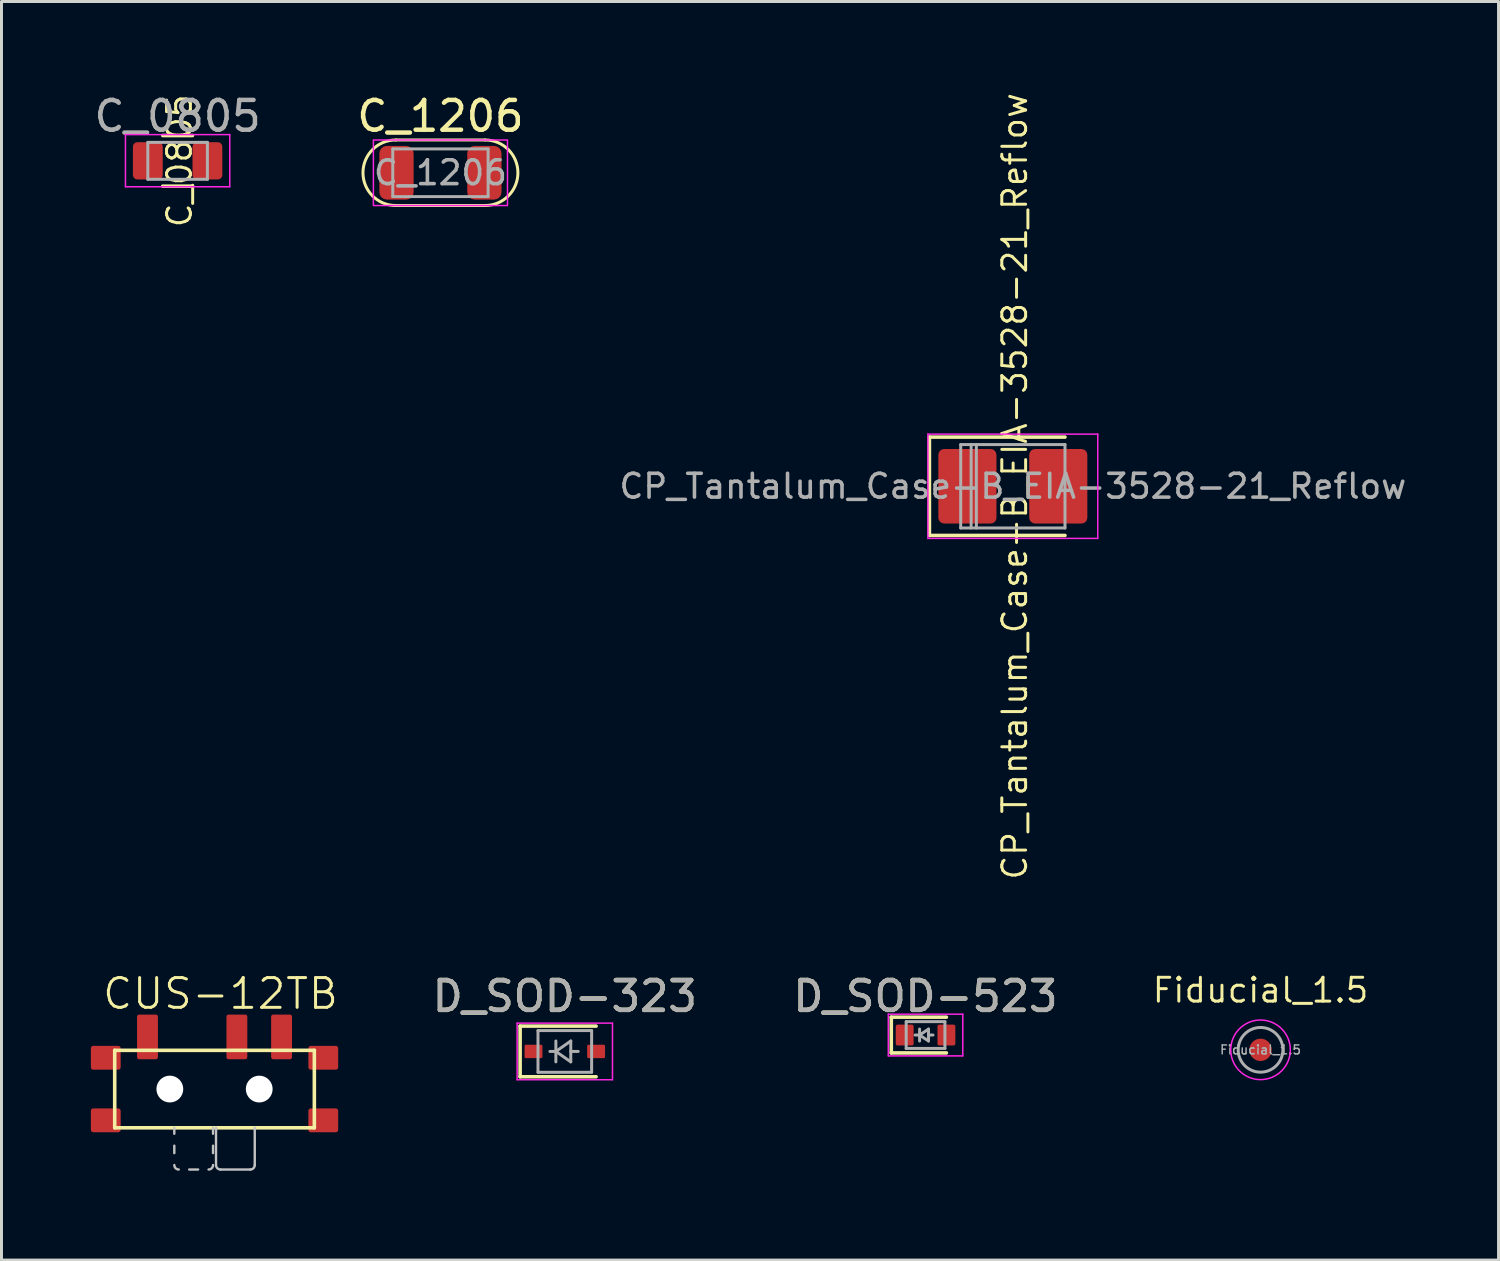
<source format=kicad_pcb>
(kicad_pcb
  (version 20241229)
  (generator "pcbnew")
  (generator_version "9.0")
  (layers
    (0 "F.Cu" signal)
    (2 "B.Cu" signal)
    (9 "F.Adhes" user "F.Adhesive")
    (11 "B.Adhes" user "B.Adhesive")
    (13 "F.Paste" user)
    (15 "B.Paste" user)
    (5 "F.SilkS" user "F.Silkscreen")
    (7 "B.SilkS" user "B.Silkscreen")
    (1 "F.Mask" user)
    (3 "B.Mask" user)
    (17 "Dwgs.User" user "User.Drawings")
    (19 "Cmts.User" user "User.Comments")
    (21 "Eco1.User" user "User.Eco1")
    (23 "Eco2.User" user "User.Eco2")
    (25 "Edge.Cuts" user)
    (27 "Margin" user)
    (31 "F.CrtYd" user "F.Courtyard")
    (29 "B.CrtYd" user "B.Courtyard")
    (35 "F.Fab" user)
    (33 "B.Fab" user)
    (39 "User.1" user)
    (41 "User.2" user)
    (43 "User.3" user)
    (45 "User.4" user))
  (footprint "C_0805"
    (layer "F.Cu")
    (at 2.911 2.348)
    (property "Reference" "C_0805" (at 0.064 0 90) (unlocked yes) (layer "F.SilkS") (effects (font (size 0.8 0.8) (thickness 0.1))))
    (attr smd)
    (fp_line (start -0.5 0.85) (end 0.5 0.85) (stroke (width 0.12) (type solid)) (layer "F.SilkS"))
    (fp_line (start 0.5 -0.85) (end -0.5 -0.85) (stroke (width 0.12) (type solid)) (layer "F.SilkS"))
    (fp_line (start -1.75 -0.88) (end -1.75 0.87) (stroke (width 0.05) (type solid)) (layer "F.CrtYd"))
    (fp_line (start -1.75 -0.88) (end 1.75 -0.88) (stroke (width 0.05) (type solid)) (layer "F.CrtYd"))
    (fp_line (start 1.75 0.87) (end -1.75 0.87) (stroke (width 0.05) (type solid)) (layer "F.CrtYd"))
    (fp_line (start 1.75 0.87) (end 1.75 -0.88) (stroke (width 0.05) (type solid)) (layer "F.CrtYd"))
    (fp_line (start -1 -0.62) (end 1 -0.62) (stroke (width 0.1) (type solid)) (layer "F.Fab"))
    (fp_line (start -1 0.62) (end -1 -0.62) (stroke (width 0.1) (type solid)) (layer "F.Fab"))
    (fp_line (start 1 -0.62) (end 1 0.62) (stroke (width 0.1) (type solid)) (layer "F.Fab"))
    (fp_line (start 1 0.62) (end -1 0.62) (stroke (width 0.1) (type solid)) (layer "F.Fab"))
    (fp_text user "${REFERENCE}" (at 0 -1.5 0) (layer "F.Fab") (effects (font (size 1 1) (thickness 0.15))))
    (pad "1" smd roundrect (at -1 0) (size 1 1.25) (layers "F.Cu" "F.Mask" "F.Paste") (roundrect_rratio 0.15))
    (pad "2" smd roundrect (at 1 0) (size 1 1.25) (layers "F.Cu" "F.Mask" "F.Paste") (roundrect_rratio 0.15)))
  (footprint "D_SOD-523"
    (layer "F.Cu")
    (at 28.013 31.688)
    (property "Reference" "D_SOD-523" (at 0 -1.3 0) (layer "F.SilkS") (effects (font (size 1 1) (thickness 0.15))))
    (attr smd)
    (fp_line (start -1.15 -0.6) (end -1.15 0.6) (stroke (width 0.12) (type solid)) (layer "F.SilkS"))
    (fp_line (start 0.7 -0.6) (end -1.15 -0.6) (stroke (width 0.12) (type solid)) (layer "F.SilkS"))
    (fp_line (start 0.7 0.6) (end -1.15 0.6) (stroke (width 0.12) (type solid)) (layer "F.SilkS"))
    (fp_line (start -1.25 -0.7) (end 1.25 -0.7) (stroke (width 0.05) (type solid)) (layer "F.CrtYd"))
    (fp_line (start -1.25 0.7) (end -1.25 -0.7) (stroke (width 0.05) (type solid)) (layer "F.CrtYd"))
    (fp_line (start 1.25 -0.7) (end 1.25 0.7) (stroke (width 0.05) (type solid)) (layer "F.CrtYd"))
    (fp_line (start 1.25 0.7) (end -1.25 0.7) (stroke (width 0.05) (type solid)) (layer "F.CrtYd"))
    (fp_line (start -0.65 -0.45) (end 0.65 -0.45) (stroke (width 0.1) (type solid)) (layer "F.Fab"))
    (fp_line (start -0.65 0.45) (end -0.65 -0.45) (stroke (width 0.1) (type solid)) (layer "F.Fab"))
    (fp_line (start -0.2 0) (end -0.35 0) (stroke (width 0.1) (type solid)) (layer "F.Fab"))
    (fp_line (start -0.2 0) (end 0.1 0.2) (stroke (width 0.1) (type solid)) (layer "F.Fab"))
    (fp_line (start -0.2 0.2) (end -0.2 -0.2) (stroke (width 0.1) (type solid)) (layer "F.Fab"))
    (fp_line (start 0.1 -0.2) (end -0.2 0) (stroke (width 0.1) (type solid)) (layer "F.Fab"))
    (fp_line (start 0.1 0) (end 0.25 0) (stroke (width 0.1) (type solid)) (layer "F.Fab"))
    (fp_line (start 0.1 0.2) (end 0.1 -0.2) (stroke (width 0.1) (type solid)) (layer "F.Fab"))
    (fp_line (start 0.65 -0.45) (end 0.65 0.45) (stroke (width 0.1) (type solid)) (layer "F.Fab"))
    (fp_line (start 0.65 0.45) (end -0.65 0.45) (stroke (width 0.1) (type solid)) (layer "F.Fab"))
    (fp_text user "${REFERENCE}" (at 0 -1.3 0) (layer "F.Fab") (effects (font (size 1 1) (thickness 0.15))))
    (pad "1" smd roundrect (at -0.7 0 180) (size 0.6 0.7) (layers "F.Cu" "F.Mask" "F.Paste") (roundrect_rratio 0.1))
    (pad "2" smd roundrect (at 0.7 0 180) (size 0.6 0.7) (layers "F.Cu" "F.Mask" "F.Paste") (roundrect_rratio 0.1)))
  (footprint "CUS-12TB"
    (layer "F.Cu")
    (at 4.15 33.501)
    (property "Reference" "CUS-12TB" (at 0.2 -3.2 0) (layer "F.SilkS") (effects (font (size 1 1) (thickness 0.1))))
    (attr smd)
    (fp_line (start -3.35 -1.3) (end -3.35 1.3) (stroke (width 0.12) (type solid)) (layer "F.SilkS"))
    (fp_line (start -3.35 1.3) (end 3.35 1.3) (stroke (width 0.12) (type solid)) (layer "F.SilkS"))
    (fp_line (start 3.35 -1.3) (end -3.35 -1.3) (stroke (width 0.12) (type solid)) (layer "F.SilkS"))
    (fp_line (start 3.35 1.3) (end 3.35 -1.3) (stroke (width 0.12) (type solid)) (layer "F.SilkS"))
    (fp_line (start -1.35 1.3) (end -1.35 1.5) (stroke (width 0.08) (type solid)) (layer "Dwgs.User"))
    (fp_line (start -1.35 1.9) (end -1.35 2.15) (stroke (width 0.08) (type solid)) (layer "Dwgs.User"))
    (fp_line (start -0.85 2.7) (end -0.55 2.7) (stroke (width 0.08) (type solid)) (layer "Dwgs.User"))
    (fp_line (start -0.05 1.5) (end -0.05 1.3) (stroke (width 0.08) (type solid)) (layer "Dwgs.User"))
    (fp_line (start -0.05 2.15) (end -0.05 1.9) (stroke (width 0.08) (type solid)) (layer "Dwgs.User"))
    (fp_line (start 0.05 1.3) (end 0.05 2.55) (stroke (width 0.08) (type solid)) (layer "Dwgs.User"))
    (fp_line (start 0.2 2.7) (end 1.2 2.7) (stroke (width 0.08) (type solid)) (layer "Dwgs.User"))
    (fp_line (start 1.35 2.55) (end 1.35 1.3) (stroke (width 0.08) (type solid)) (layer "Dwgs.User"))
    (fp_arc (start -1.2 2.7) (mid -1.306066 2.656066) (end -1.35 2.55) (stroke (width 0.08) (type solid)) (layer "Dwgs.User"))
    (fp_arc (start -0.05 2.55) (mid -0.093934 2.656066) (end -0.2 2.7) (stroke (width 0.08) (type solid)) (layer "Dwgs.User"))
    (fp_arc (start 0.2 2.7) (mid 0.093934 2.656066) (end 0.05 2.55) (stroke (width 0.08) (type solid)) (layer "Dwgs.User"))
    (fp_arc (start 1.35 2.55) (mid 1.306066 2.656066) (end 1.2 2.7) (stroke (width 0.08) (type solid)) (layer "Dwgs.User"))
    (pad "" np_thru_hole circle (at -1.5 0) (size 0.9 0.9) (drill 0.9) (layers "*.Cu" "*.Mask"))
    (pad "" np_thru_hole circle (at 1.5 0) (size 0.9 0.9) (drill 0.9) (layers "*.Cu" "*.Mask"))
    (pad "1" smd roundrect (at -2.25 -1.75) (size 0.7 1.5) (layers "F.Cu" "F.Mask" "F.Paste") (roundrect_rratio 0.1))
    (pad "2" smd roundrect (at 0.75 -1.75) (size 0.7 1.5) (layers "F.Cu" "F.Mask" "F.Paste") (roundrect_rratio 0.1))
    (pad "3" smd roundrect (at 2.25 -1.75) (size 0.7 1.5) (layers "F.Cu" "F.Mask" "F.Paste") (roundrect_rratio 0.1))
    (pad "S" smd roundrect (at -3.65 -1.05) (size 1 0.8) (layers "F.Cu" "F.Mask" "F.Paste") (roundrect_rratio 0.1))
    (pad "S" smd roundrect (at -3.65 1.05) (size 1 0.8) (layers "F.Cu" "F.Mask" "F.Paste") (roundrect_rratio 0.1))
    (pad "S" smd roundrect (at 3.65 -1.05) (size 1 0.8) (layers "F.Cu" "F.Mask" "F.Paste") (roundrect_rratio 0.1))
    (pad "S" smd roundrect (at 3.65 1.05) (size 1 0.8) (layers "F.Cu" "F.Mask" "F.Paste") (roundrect_rratio 0.1)))
  (footprint "D_SOD-323"
    (layer "F.Cu")
    (at 15.906 32.238)
    (property "Reference" "D_SOD-323" (at 0 -1.85 0) (layer "F.SilkS") (effects (font (size 1 1) (thickness 0.15))))
    (attr smd)
    (fp_line (start -1.5 -0.85) (end -1.5 0.85) (stroke (width 0.12) (type solid)) (layer "F.SilkS"))
    (fp_line (start -1.5 -0.85) (end 1.05 -0.85) (stroke (width 0.12) (type solid)) (layer "F.SilkS"))
    (fp_line (start -1.5 0.85) (end 1.05 0.85) (stroke (width 0.12) (type solid)) (layer "F.SilkS"))
    (fp_line (start -1.6 -0.95) (end -1.6 0.95) (stroke (width 0.05) (type solid)) (layer "F.CrtYd"))
    (fp_line (start -1.6 -0.95) (end 1.6 -0.95) (stroke (width 0.05) (type solid)) (layer "F.CrtYd"))
    (fp_line (start -1.6 0.95) (end 1.6 0.95) (stroke (width 0.05) (type solid)) (layer "F.CrtYd"))
    (fp_line (start 1.6 -0.95) (end 1.6 0.95) (stroke (width 0.05) (type solid)) (layer "F.CrtYd"))
    (fp_line (start -0.9 -0.7) (end 0.9 -0.7) (stroke (width 0.1) (type solid)) (layer "F.Fab"))
    (fp_line (start -0.9 0.7) (end -0.9 -0.7) (stroke (width 0.1) (type solid)) (layer "F.Fab"))
    (fp_line (start -0.3 -0.35) (end -0.3 0.35) (stroke (width 0.1) (type solid)) (layer "F.Fab"))
    (fp_line (start -0.3 0) (end -0.5 0) (stroke (width 0.1) (type solid)) (layer "F.Fab"))
    (fp_line (start -0.3 0) (end 0.2 -0.35) (stroke (width 0.1) (type solid)) (layer "F.Fab"))
    (fp_line (start 0.2 -0.35) (end 0.2 0.35) (stroke (width 0.1) (type solid)) (layer "F.Fab"))
    (fp_line (start 0.2 0) (end 0.45 0) (stroke (width 0.1) (type solid)) (layer "F.Fab"))
    (fp_line (start 0.2 0.35) (end -0.3 0) (stroke (width 0.1) (type solid)) (layer "F.Fab"))
    (fp_line (start 0.9 -0.7) (end 0.9 0.7) (stroke (width 0.1) (type solid)) (layer "F.Fab"))
    (fp_line (start 0.9 0.7) (end -0.9 0.7) (stroke (width 0.1) (type solid)) (layer "F.Fab"))
    (fp_text user "${REFERENCE}" (at 0 -1.85 0) (layer "F.Fab") (effects (font (size 1 1) (thickness 0.15))))
    (pad "1" smd roundrect (at -1.05 0) (size 0.6 0.45) (layers "F.Cu" "F.Mask" "F.Paste") (roundrect_rratio 0.1))
    (pad "2" smd roundrect (at 1.05 0) (size 0.6 0.45) (layers "F.Cu" "F.Mask" "F.Paste") (roundrect_rratio 0.1)))
  (footprint "CP_Tantalum_Case-B_EIA-3528-21_Reflow"
    (layer "F.Cu")
    (at 30.943 13.27)
    (property "Reference" "CP_Tantalum_Case-B_EIA-3528-21_Reflow" (at 0.064 0 90) (unlocked yes) (layer "F.SilkS") (effects (font (size 0.8 0.8) (thickness 0.1))))
    (attr smd)
    (fp_line (start -2.8 -1.65) (end -2.8 1.65) (stroke (width 0.12) (type solid)) (layer "F.SilkS"))
    (fp_line (start -2.8 -1.65) (end 1.75 -1.65) (stroke (width 0.12) (type solid)) (layer "F.SilkS"))
    (fp_line (start -2.8 1.65) (end 1.75 1.65) (stroke (width 0.12) (type solid)) (layer "F.SilkS"))
    (fp_line (start -2.85 -1.75) (end -2.85 1.75) (stroke (width 0.05) (type solid)) (layer "F.CrtYd"))
    (fp_line (start -2.85 1.75) (end 2.85 1.75) (stroke (width 0.05) (type solid)) (layer "F.CrtYd"))
    (fp_line (start 2.85 -1.75) (end -2.85 -1.75) (stroke (width 0.05) (type solid)) (layer "F.CrtYd"))
    (fp_line (start 2.85 1.75) (end 2.85 -1.75) (stroke (width 0.05) (type solid)) (layer "F.CrtYd"))
    (fp_line (start -1.75 -1.4) (end -1.75 1.4) (stroke (width 0.1) (type solid)) (layer "F.Fab"))
    (fp_line (start -1.75 1.4) (end 1.75 1.4) (stroke (width 0.1) (type solid)) (layer "F.Fab"))
    (fp_line (start -1.4 -1.4) (end -1.4 1.4) (stroke (width 0.1) (type solid)) (layer "F.Fab"))
    (fp_line (start -1.225 -1.4) (end -1.225 1.4) (stroke (width 0.1) (type solid)) (layer "F.Fab"))
    (fp_line (start 1.75 -1.4) (end -1.75 -1.4) (stroke (width 0.1) (type solid)) (layer "F.Fab"))
    (fp_line (start 1.75 1.4) (end 1.75 -1.4) (stroke (width 0.1) (type solid)) (layer "F.Fab"))
    (fp_text user "${REFERENCE}" (at 0 0 0) (layer "F.Fab") (effects (font (size 0.8 0.8) (thickness 0.12))))
    (pad "1" smd roundrect (at -1.525 0) (size 1.95 2.5) (layers "F.Cu" "F.Mask") (roundrect_rratio 0.1))
    (pad "2" smd roundrect (at 1.525 0) (size 1.95 2.5) (layers "F.Cu" "F.Mask") (roundrect_rratio 0.1)))
  (footprint "Fiducial_1.5"
    (layer "F.Cu")
    (at 39.256 32.184)
    (property "Reference" "Fiducial_1.5" (at 0 -2 0) (layer "F.SilkS") (effects (font (size 0.8 0.8) (thickness 0.1))))
    (attr smd board_only exclude_from_bom)
    (fp_circle (center 0 0) (end 1 0) (stroke (width 0.05) (type solid)) (fill no) (layer "F.CrtYd"))
    (fp_circle (center 0 0) (end 0.75 0) (stroke (width 0.1) (type solid)) (fill no) (layer "F.Fab"))
    (fp_text user "${REFERENCE}" (at 0 0 0) (layer "F.Fab") (effects (font (size 0.3 0.3) (thickness 0.05))))
    (pad "" smd circle (at 0 0) (size 0.75 0.75) (layers "F.Cu" "F.Mask")))
  (footprint "C_1206"
    (layer "F.Cu")
    (at 11.732 2.748)
    (property "Reference" "C_1206" (at 0 -1.9 0) (unlocked yes) (layer "F.SilkS") (effects (font (size 1 1) (thickness 0.15))))
    (attr smd)
    (fp_line (start -1.5 -1.1) (end 1.5 -1.1) (stroke (width 0.1) (type default)) (layer "F.SilkS"))
    (fp_line (start -1.5 1.1) (end 1.5 1.1) (stroke (width 0.1) (type default)) (layer "F.SilkS"))
    (fp_arc (start -1.5 1.1) (mid -2.6 0) (end -1.5 -1.1) (stroke (width 0.1) (type default)) (layer "F.SilkS"))
    (fp_arc (start 1.5 -1.099999) (mid 2.599999 0) (end 1.5 1.099999) (stroke (width 0.1) (type default)) (layer "F.SilkS"))
    (fp_rect (start -2.25 -1.1) (end 2.25 1.1) (stroke (width 0.05) (type default)) (fill no) (layer "F.CrtYd"))
    (fp_line (start -1.6 -0.8) (end 1.6 -0.8) (stroke (width 0.1) (type solid)) (layer "F.Fab"))
    (fp_line (start -1.6 0.8) (end -1.6 -0.8) (stroke (width 0.1) (type solid)) (layer "F.Fab"))
    (fp_line (start 1.6 -0.8) (end 1.6 0.8) (stroke (width 0.1) (type solid)) (layer "F.Fab"))
    (fp_line (start 1.6 0.8) (end -1.6 0.8) (stroke (width 0.1) (type solid)) (layer "F.Fab"))
    (fp_text user "${REFERENCE}" (at 0 0 0) (layer "F.Fab") (effects (font (size 0.8 0.8) (thickness 0.12))))
    (pad "1" smd roundrect (at -1.475 0) (size 1.15 1.8) (layers "F.Cu" "F.Mask" "F.Paste") (roundrect_rratio 0.217))
    (pad "2" smd roundrect (at 1.475 0) (size 1.15 1.8) (layers "F.Cu" "F.Mask" "F.Paste") (roundrect_rratio 0.217)))
  (gr_rect
    (start -3 -3)
    (end 47.243 39.241)
    (stroke (width 0.1) (type default))
    (fill no)
    (layer "Edge.Cuts")))
</source>
